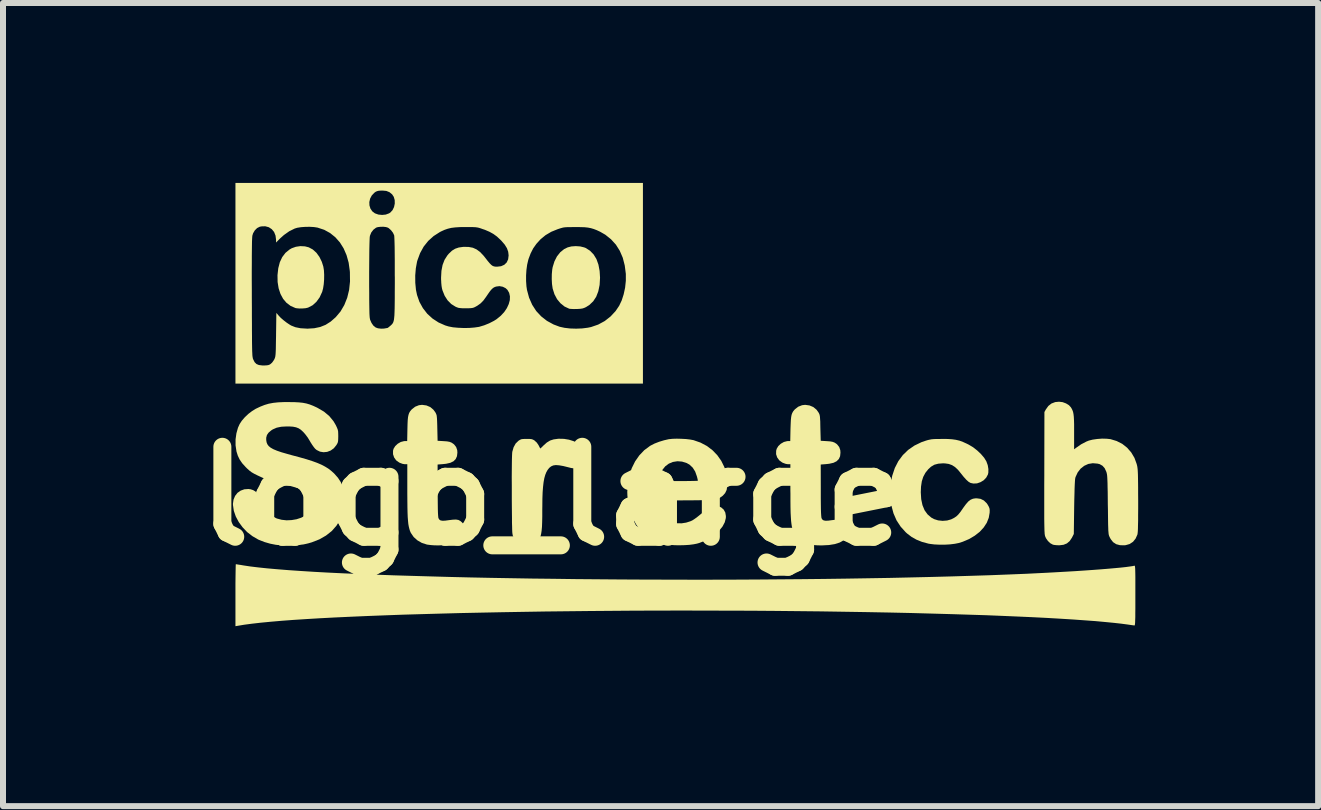
<source format=kicad_pcb>
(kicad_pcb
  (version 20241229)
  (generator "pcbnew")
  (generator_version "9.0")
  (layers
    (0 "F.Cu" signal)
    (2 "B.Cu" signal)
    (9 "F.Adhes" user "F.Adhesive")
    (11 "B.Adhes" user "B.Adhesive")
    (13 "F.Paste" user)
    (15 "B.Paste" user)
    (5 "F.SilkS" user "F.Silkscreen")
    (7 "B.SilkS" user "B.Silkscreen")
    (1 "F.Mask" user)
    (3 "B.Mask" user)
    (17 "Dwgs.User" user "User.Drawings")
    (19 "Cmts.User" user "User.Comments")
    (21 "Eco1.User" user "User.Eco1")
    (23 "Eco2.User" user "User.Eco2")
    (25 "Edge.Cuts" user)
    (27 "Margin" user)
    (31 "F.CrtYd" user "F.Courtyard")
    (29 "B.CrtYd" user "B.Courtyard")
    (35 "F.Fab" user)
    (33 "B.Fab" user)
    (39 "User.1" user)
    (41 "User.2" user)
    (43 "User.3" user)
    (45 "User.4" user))
  (footprint "logo_large"
    (layer "F.Cu")
    (at 6.157 5.22)
    (property "Reference" "logo_large" (at 0 0 0) (layer "F.SilkS") (effects (font (size 1.5 1.5) (thickness 0.3))))
    (attr board_only exclude_from_pos_files exclude_from_bom)
    (fp_poly (pts (xy -4.123 -4.163) (xy -4.06 -4.147) (xy -3.993 -4.111) (xy -3.933 -4.057) (xy -3.882 -3.987) (xy -3.842 -3.905) (xy -3.817 -3.826) (xy -3.807 -3.764) (xy -3.803 -3.69) (xy -3.804 -3.61) (xy -3.81 -3.532) (xy -3.821 -3.462) (xy -3.836 -3.405) (xy -3.837 -3.403) (xy -3.879 -3.312) (xy -3.933 -3.238) (xy -3.996 -3.181) (xy -4.069 -3.143) (xy -4.075 -3.141) (xy -4.113 -3.132) (xy -4.162 -3.128) (xy -4.214 -3.127) (xy -4.26 -3.131) (xy -4.282 -3.135) (xy -4.362 -3.17) (xy -4.431 -3.222) (xy -4.487 -3.288) (xy -4.531 -3.369) (xy -4.562 -3.463) (xy -4.579 -3.568) (xy -4.581 -3.683) (xy -4.581 -3.683) (xy -4.568 -3.799) (xy -4.542 -3.899) (xy -4.502 -3.984) (xy -4.449 -4.054) (xy -4.381 -4.11) (xy -4.343 -4.132) (xy -4.275 -4.156) (xy -4.2 -4.167)) (stroke (width 0) (type solid)) (fill yes) (layer "F.SilkS"))
    (fp_poly (pts (xy 0.465 -4.162) (xy 0.531 -4.146) (xy 0.557 -4.136) (xy 0.629 -4.09) (xy 0.689 -4.028) (xy 0.736 -3.951) (xy 0.769 -3.859) (xy 0.789 -3.753) (xy 0.796 -3.641) (xy 0.789 -3.52) (xy 0.767 -3.414) (xy 0.732 -3.323) (xy 0.682 -3.247) (xy 0.618 -3.186) (xy 0.561 -3.15) (xy 0.53 -3.136) (xy 0.501 -3.127) (xy 0.465 -3.122) (xy 0.418 -3.119) (xy 0.406 -3.119) (xy 0.36 -3.118) (xy 0.319 -3.12) (xy 0.289 -3.122) (xy 0.281 -3.124) (xy 0.204 -3.16) (xy 0.137 -3.214) (xy 0.08 -3.282) (xy 0.036 -3.365) (xy 0.006 -3.46) (xy 0.005 -3.468) (xy -0.005 -3.536) (xy -0.009 -3.617) (xy -0.008 -3.699) (xy -0.001 -3.776) (xy 0.006 -3.816) (xy 0.036 -3.913) (xy 0.078 -3.996) (xy 0.133 -4.065) (xy 0.197 -4.117) (xy 0.256 -4.146) (xy 0.319 -4.162) (xy 0.391 -4.167)) (stroke (width 0) (type solid)) (fill yes) (layer "F.SilkS"))
    (fp_poly (pts (xy 0.195 -0.954) (xy 0.279 -0.94) (xy 0.357 -0.915) (xy 0.426 -0.881) (xy 0.482 -0.839) (xy 0.524 -0.791) (xy 0.538 -0.764) (xy 0.549 -0.721) (xy 0.552 -0.669) (xy 0.546 -0.619) (xy 0.538 -0.591) (xy 0.514 -0.553) (xy 0.478 -0.517) (xy 0.435 -0.486) (xy 0.396 -0.469) (xy 0.37 -0.464) (xy 0.344 -0.464) (xy 0.311 -0.469) (xy 0.268 -0.48) (xy 0.183 -0.501) (xy 0.114 -0.513) (xy 0.059 -0.517) (xy 0.016 -0.511) (xy -0.02 -0.495) (xy -0.051 -0.47) (xy -0.078 -0.436) (xy -0.1 -0.397) (xy -0.118 -0.352) (xy -0.133 -0.298) (xy -0.145 -0.233) (xy -0.154 -0.156) (xy -0.161 -0.064) (xy -0.165 0.045) (xy -0.166 0.171) (xy -0.167 0.229) (xy -0.167 0.342) (xy -0.169 0.436) (xy -0.172 0.514) (xy -0.178 0.578) (xy -0.186 0.629) (xy -0.196 0.67) (xy -0.21 0.703) (xy -0.228 0.73) (xy -0.249 0.754) (xy -0.266 0.768) (xy -0.321 0.801) (xy -0.384 0.82) (xy -0.451 0.822) (xy -0.513 0.809) (xy -0.526 0.803) (xy -0.579 0.769) (xy -0.624 0.72) (xy -0.653 0.672) (xy -0.657 0.662) (xy -0.66 0.65) (xy -0.663 0.635) (xy -0.666 0.614) (xy -0.668 0.586) (xy -0.669 0.549) (xy -0.67 0.502) (xy -0.672 0.443) (xy -0.672 0.371) (xy -0.673 0.284) (xy -0.674 0.18) (xy -0.675 0.057) (xy -0.675 -0.024) (xy -0.675 -0.176) (xy -0.676 -0.312) (xy -0.675 -0.43) (xy -0.674 -0.53) (xy -0.673 -0.611) (xy -0.671 -0.674) (xy -0.669 -0.717) (xy -0.667 -0.738) (xy -0.645 -0.814) (xy -0.611 -0.876) (xy -0.565 -0.921) (xy -0.564 -0.922) (xy -0.54 -0.937) (xy -0.519 -0.947) (xy -0.494 -0.951) (xy -0.459 -0.953) (xy -0.428 -0.953) (xy -0.382 -0.953) (xy -0.35 -0.95) (xy -0.326 -0.943) (xy -0.304 -0.932) (xy -0.296 -0.926) (xy -0.258 -0.891) (xy -0.229 -0.848) (xy -0.214 -0.819) (xy -0.204 -0.799) (xy -0.201 -0.793) (xy -0.194 -0.798) (xy -0.175 -0.815) (xy -0.15 -0.84) (xy -0.144 -0.846) (xy -0.091 -0.893) (xy -0.037 -0.926) (xy 0.022 -0.945) (xy 0.095 -0.955) (xy 0.109 -0.956)) (stroke (width 0) (type solid)) (fill yes) (layer "F.SilkS"))
    (fp_poly (pts (xy -2.098 -1.511) (xy -2.034 -1.484) (xy -1.981 -1.439) (xy -1.95 -1.397) (xy -1.941 -1.38) (xy -1.934 -1.364) (xy -1.928 -1.346) (xy -1.925 -1.322) (xy -1.922 -1.289) (xy -1.92 -1.244) (xy -1.918 -1.184) (xy -1.917 -1.136) (xy -1.912 -0.922) (xy -1.813 -0.916) (xy -1.755 -0.912) (xy -1.712 -0.904) (xy -1.679 -0.891) (xy -1.651 -0.872) (xy -1.637 -0.861) (xy -1.603 -0.818) (xy -1.585 -0.766) (xy -1.582 -0.724) (xy -1.589 -0.665) (xy -1.61 -0.618) (xy -1.646 -0.581) (xy -1.699 -0.555) (xy -1.769 -0.539) (xy -1.823 -0.533) (xy -1.912 -0.526) (xy -1.911 -0.094) (xy -1.91 0.03) (xy -1.909 0.134) (xy -1.908 0.217) (xy -1.906 0.282) (xy -1.903 0.329) (xy -1.9 0.358) (xy -1.898 0.367) (xy -1.884 0.391) (xy -1.864 0.405) (xy -1.833 0.411) (xy -1.789 0.41) (xy -1.729 0.402) (xy -1.723 0.401) (xy -1.656 0.393) (xy -1.605 0.391) (xy -1.565 0.398) (xy -1.533 0.415) (xy -1.504 0.44) (xy -1.473 0.477) (xy -1.456 0.51) (xy -1.449 0.548) (xy -1.448 0.573) (xy -1.457 0.637) (xy -1.485 0.692) (xy -1.531 0.738) (xy -1.595 0.774) (xy -1.676 0.8) (xy -1.774 0.816) (xy -1.889 0.822) (xy -1.91 0.822) (xy -1.965 0.821) (xy -2.021 0.817) (xy -2.068 0.811) (xy -2.09 0.808) (xy -2.176 0.78) (xy -2.25 0.737) (xy -2.311 0.682) (xy -2.356 0.616) (xy -2.36 0.609) (xy -2.373 0.579) (xy -2.383 0.546) (xy -2.392 0.509) (xy -2.4 0.465) (xy -2.405 0.413) (xy -2.41 0.351) (xy -2.413 0.276) (xy -2.415 0.187) (xy -2.416 0.082) (xy -2.417 -0.041) (xy -2.417 -0.091) (xy -2.417 -0.531) (xy -2.458 -0.531) (xy -2.495 -0.537) (xy -2.538 -0.553) (xy -2.553 -0.56) (xy -2.603 -0.596) (xy -2.637 -0.644) (xy -2.655 -0.698) (xy -2.655 -0.756) (xy -2.646 -0.789) (xy -2.618 -0.834) (xy -2.576 -0.873) (xy -2.526 -0.902) (xy -2.472 -0.916) (xy -2.457 -0.917) (xy -2.419 -0.917) (xy -2.415 -1.123) (xy -2.413 -1.204) (xy -2.41 -1.267) (xy -2.405 -1.316) (xy -2.397 -1.354) (xy -2.387 -1.384) (xy -2.372 -1.41) (xy -2.353 -1.434) (xy -2.341 -1.447) (xy -2.286 -1.49) (xy -2.223 -1.515) (xy -2.17 -1.521)) (stroke (width 0) (type solid)) (fill yes) (layer "F.SilkS"))
    (fp_poly (pts (xy 4.288 -1.511) (xy 4.352 -1.484) (xy 4.406 -1.439) (xy 4.436 -1.397) (xy 4.446 -1.38) (xy 4.453 -1.364) (xy 4.458 -1.346) (xy 4.462 -1.322) (xy 4.464 -1.289) (xy 4.467 -1.244) (xy 4.468 -1.184) (xy 4.469 -1.136) (xy 4.475 -0.922) (xy 4.574 -0.916) (xy 4.631 -0.912) (xy 4.674 -0.904) (xy 4.707 -0.891) (xy 4.736 -0.872) (xy 4.749 -0.861) (xy 4.783 -0.818) (xy 4.801 -0.766) (xy 4.804 -0.724) (xy 4.798 -0.665) (xy 4.777 -0.618) (xy 4.74 -0.581) (xy 4.688 -0.555) (xy 4.617 -0.539) (xy 4.564 -0.533) (xy 4.475 -0.526) (xy 4.476 -0.094) (xy 4.476 0.029) (xy 4.477 0.132) (xy 4.478 0.215) (xy 4.48 0.279) (xy 4.483 0.326) (xy 4.486 0.356) (xy 4.488 0.367) (xy 4.502 0.391) (xy 4.523 0.405) (xy 4.553 0.411) (xy 4.597 0.41) (xy 4.657 0.402) (xy 4.664 0.401) (xy 4.731 0.393) (xy 4.782 0.391) (xy 4.821 0.398) (xy 4.854 0.415) (xy 4.883 0.44) (xy 4.914 0.477) (xy 4.931 0.51) (xy 4.938 0.548) (xy 4.938 0.573) (xy 4.929 0.637) (xy 4.901 0.692) (xy 4.855 0.738) (xy 4.792 0.774) (xy 4.711 0.8) (xy 4.613 0.816) (xy 4.498 0.822) (xy 4.476 0.822) (xy 4.421 0.821) (xy 4.366 0.817) (xy 4.319 0.811) (xy 4.296 0.808) (xy 4.211 0.78) (xy 4.136 0.737) (xy 4.075 0.682) (xy 4.03 0.616) (xy 4.027 0.609) (xy 4.014 0.579) (xy 4.003 0.546) (xy 3.994 0.509) (xy 3.987 0.465) (xy 3.981 0.413) (xy 3.977 0.351) (xy 3.973 0.276) (xy 3.971 0.187) (xy 3.97 0.082) (xy 3.97 -0.041) (xy 3.969 -0.091) (xy 3.969 -0.531) (xy 3.929 -0.531) (xy 3.892 -0.537) (xy 3.848 -0.553) (xy 3.833 -0.56) (xy 3.784 -0.596) (xy 3.749 -0.644) (xy 3.731 -0.698) (xy 3.732 -0.756) (xy 3.741 -0.789) (xy 3.768 -0.834) (xy 3.81 -0.873) (xy 3.861 -0.902) (xy 3.915 -0.916) (xy 3.929 -0.917) (xy 3.967 -0.917) (xy 3.971 -1.123) (xy 3.974 -1.204) (xy 3.977 -1.267) (xy 3.982 -1.316) (xy 3.989 -1.354) (xy 4 -1.384) (xy 4.014 -1.41) (xy 4.033 -1.434) (xy 4.045 -1.447) (xy 4.1 -1.49) (xy 4.164 -1.515) (xy 4.216 -1.521)) (stroke (width 0) (type solid)) (fill yes) (layer "F.SilkS"))
    (fp_poly (pts (xy 6.591 -0.952) (xy 6.665 -0.947) (xy 6.729 -0.938) (xy 6.788 -0.924) (xy 6.847 -0.902) (xy 6.911 -0.873) (xy 6.943 -0.857) (xy 7.015 -0.814) (xy 7.084 -0.76) (xy 7.147 -0.7) (xy 7.2 -0.638) (xy 7.236 -0.579) (xy 7.259 -0.516) (xy 7.27 -0.451) (xy 7.269 -0.39) (xy 7.262 -0.36) (xy 7.234 -0.308) (xy 7.192 -0.264) (xy 7.139 -0.232) (xy 7.081 -0.212) (xy 7.021 -0.209) (xy 6.973 -0.219) (xy 6.94 -0.238) (xy 6.901 -0.273) (xy 6.856 -0.323) (xy 6.817 -0.372) (xy 6.764 -0.437) (xy 6.714 -0.484) (xy 6.664 -0.516) (xy 6.609 -0.536) (xy 6.546 -0.545) (xy 6.511 -0.546) (xy 6.434 -0.54) (xy 6.37 -0.523) (xy 6.314 -0.49) (xy 6.268 -0.448) (xy 6.22 -0.388) (xy 6.184 -0.321) (xy 6.16 -0.246) (xy 6.147 -0.158) (xy 6.143 -0.063) (xy 6.15 0.052) (xy 6.171 0.151) (xy 6.206 0.236) (xy 6.256 0.305) (xy 6.319 0.359) (xy 6.365 0.384) (xy 6.432 0.405) (xy 6.507 0.413) (xy 6.582 0.407) (xy 6.65 0.388) (xy 6.657 0.384) (xy 6.699 0.363) (xy 6.735 0.339) (xy 6.767 0.309) (xy 6.8 0.269) (xy 6.838 0.215) (xy 6.85 0.197) (xy 6.895 0.136) (xy 6.934 0.091) (xy 6.973 0.061) (xy 7.013 0.044) (xy 7.058 0.037) (xy 7.074 0.037) (xy 7.139 0.046) (xy 7.194 0.073) (xy 7.241 0.118) (xy 7.26 0.146) (xy 7.278 0.179) (xy 7.288 0.205) (xy 7.292 0.233) (xy 7.291 0.273) (xy 7.291 0.276) (xy 7.276 0.362) (xy 7.243 0.445) (xy 7.192 0.523) (xy 7.125 0.596) (xy 7.043 0.66) (xy 6.949 0.716) (xy 6.843 0.761) (xy 6.777 0.782) (xy 6.711 0.795) (xy 6.631 0.805) (xy 6.543 0.81) (xy 6.453 0.81) (xy 6.369 0.806) (xy 6.296 0.797) (xy 6.272 0.793) (xy 6.164 0.764) (xy 6.072 0.727) (xy 5.99 0.681) (xy 5.914 0.623) (xy 5.891 0.602) (xy 5.807 0.509) (xy 5.739 0.405) (xy 5.688 0.288) (xy 5.653 0.158) (xy 5.652 0.151) (xy 5.642 0.079) (xy 5.638 -0.006) (xy 5.638 -0.097) (xy 5.643 -0.187) (xy 5.653 -0.27) (xy 5.667 -0.339) (xy 5.71 -0.468) (xy 5.769 -0.583) (xy 5.844 -0.684) (xy 5.933 -0.77) (xy 6.037 -0.842) (xy 6.155 -0.899) (xy 6.225 -0.923) (xy 6.261 -0.934) (xy 6.293 -0.941) (xy 6.324 -0.947) (xy 6.361 -0.95) (xy 6.406 -0.952) (xy 6.466 -0.952) (xy 6.501 -0.953)) (stroke (width 0) (type solid)) (fill yes) (layer "F.SilkS"))
    (fp_poly (pts (xy 8.507 -1.566) (xy 8.564 -1.545) (xy 8.613 -1.515) (xy 8.645 -1.48) (xy 8.66 -1.455) (xy 8.672 -1.43) (xy 8.682 -1.401) (xy 8.689 -1.366) (xy 8.694 -1.322) (xy 8.697 -1.267) (xy 8.699 -1.198) (xy 8.699 -1.113) (xy 8.699 -1.06) (xy 8.699 -0.78) (xy 8.728 -0.802) (xy 8.816 -0.863) (xy 8.902 -0.908) (xy 8.944 -0.925) (xy 9.008 -0.941) (xy 9.085 -0.952) (xy 9.166 -0.958) (xy 9.244 -0.956) (xy 9.306 -0.949) (xy 9.408 -0.918) (xy 9.501 -0.871) (xy 9.582 -0.807) (xy 9.651 -0.728) (xy 9.705 -0.637) (xy 9.742 -0.535) (xy 9.749 -0.508) (xy 9.753 -0.488) (xy 9.756 -0.465) (xy 9.759 -0.436) (xy 9.761 -0.4) (xy 9.763 -0.355) (xy 9.764 -0.299) (xy 9.765 -0.231) (xy 9.766 -0.147) (xy 9.766 -0.047) (xy 9.767 0.073) (xy 9.767 0.083) (xy 9.767 0.211) (xy 9.766 0.32) (xy 9.766 0.41) (xy 9.764 0.484) (xy 9.763 0.542) (xy 9.761 0.586) (xy 9.758 0.618) (xy 9.755 0.637) (xy 9.754 0.642) (xy 9.724 0.709) (xy 9.681 0.762) (xy 9.625 0.799) (xy 9.559 0.818) (xy 9.542 0.82) (xy 9.465 0.819) (xy 9.401 0.802) (xy 9.349 0.768) (xy 9.309 0.717) (xy 9.292 0.685) (xy 9.286 0.672) (xy 9.281 0.659) (xy 9.277 0.645) (xy 9.274 0.627) (xy 9.272 0.603) (xy 9.269 0.571) (xy 9.268 0.531) (xy 9.266 0.478) (xy 9.265 0.413) (xy 9.264 0.332) (xy 9.263 0.233) (xy 9.261 0.141) (xy 9.26 0.026) (xy 9.259 -0.071) (xy 9.257 -0.15) (xy 9.256 -0.214) (xy 9.254 -0.266) (xy 9.252 -0.306) (xy 9.25 -0.337) (xy 9.247 -0.361) (xy 9.243 -0.38) (xy 9.239 -0.396) (xy 9.236 -0.405) (xy 9.209 -0.464) (xy 9.173 -0.505) (xy 9.126 -0.532) (xy 9.091 -0.541) (xy 9.011 -0.548) (xy 8.936 -0.536) (xy 8.868 -0.505) (xy 8.808 -0.458) (xy 8.759 -0.395) (xy 8.723 -0.318) (xy 8.72 -0.307) (xy 8.716 -0.287) (xy 8.713 -0.251) (xy 8.71 -0.199) (xy 8.707 -0.129) (xy 8.705 -0.041) (xy 8.702 0.066) (xy 8.7 0.183) (xy 8.694 0.632) (xy 8.663 0.693) (xy 8.625 0.75) (xy 8.579 0.789) (xy 8.522 0.812) (xy 8.456 0.82) (xy 8.412 0.819) (xy 8.372 0.815) (xy 8.346 0.81) (xy 8.302 0.786) (xy 8.262 0.748) (xy 8.23 0.702) (xy 8.216 0.67) (xy 8.213 0.66) (xy 8.211 0.647) (xy 8.208 0.63) (xy 8.207 0.608) (xy 8.205 0.58) (xy 8.204 0.544) (xy 8.203 0.498) (xy 8.202 0.443) (xy 8.201 0.376) (xy 8.201 0.296) (xy 8.201 0.201) (xy 8.201 0.092) (xy 8.201 -0.034) (xy 8.201 -0.179) (xy 8.202 -0.342) (xy 8.202 -0.391) (xy 8.204 -1.401) (xy 8.227 -1.443) (xy 8.269 -1.502) (xy 8.321 -1.543) (xy 8.384 -1.567) (xy 8.447 -1.573)) (stroke (width 0) (type solid)) (fill yes) (layer "F.SilkS"))
    (fp_poly (pts (xy 2.152 -0.955) (xy 2.228 -0.951) (xy 2.296 -0.943) (xy 2.351 -0.933) (xy 2.355 -0.932) (xy 2.47 -0.892) (xy 2.576 -0.836) (xy 2.67 -0.765) (xy 2.751 -0.681) (xy 2.817 -0.587) (xy 2.868 -0.484) (xy 2.902 -0.373) (xy 2.917 -0.257) (xy 2.917 -0.229) (xy 2.916 -0.182) (xy 2.912 -0.138) (xy 2.907 -0.105) (xy 2.906 -0.101) (xy 2.882 -0.051) (xy 2.842 -0.006) (xy 2.79 0.031) (xy 2.763 0.044) (xy 2.748 0.049) (xy 2.734 0.054) (xy 2.718 0.058) (xy 2.698 0.061) (xy 2.672 0.063) (xy 2.638 0.065) (xy 2.594 0.067) (xy 2.539 0.068) (xy 2.469 0.069) (xy 2.383 0.07) (xy 2.279 0.071) (xy 2.236 0.071) (xy 1.768 0.074) (xy 1.775 0.127) (xy 1.787 0.181) (xy 1.811 0.242) (xy 1.841 0.3) (xy 1.874 0.346) (xy 1.915 0.382) (xy 1.969 0.414) (xy 2.028 0.439) (xy 2.084 0.453) (xy 2.087 0.453) (xy 2.157 0.454) (xy 2.233 0.442) (xy 2.305 0.419) (xy 2.335 0.405) (xy 2.365 0.386) (xy 2.406 0.357) (xy 2.451 0.321) (xy 2.498 0.282) (xy 2.505 0.276) (xy 2.56 0.228) (xy 2.605 0.194) (xy 2.643 0.173) (xy 2.677 0.161) (xy 2.711 0.159) (xy 2.749 0.164) (xy 2.757 0.166) (xy 2.814 0.188) (xy 2.857 0.225) (xy 2.884 0.274) (xy 2.894 0.333) (xy 2.893 0.366) (xy 2.875 0.437) (xy 2.838 0.507) (xy 2.784 0.574) (xy 2.717 0.637) (xy 2.638 0.694) (xy 2.548 0.743) (xy 2.452 0.781) (xy 2.41 0.793) (xy 2.354 0.804) (xy 2.284 0.813) (xy 2.205 0.818) (xy 2.123 0.82) (xy 2.044 0.819) (xy 1.975 0.814) (xy 1.931 0.808) (xy 1.814 0.78) (xy 1.71 0.739) (xy 1.613 0.685) (xy 1.566 0.653) (xy 1.479 0.576) (xy 1.404 0.483) (xy 1.344 0.377) (xy 1.298 0.258) (xy 1.267 0.129) (xy 1.252 -0.009) (xy 1.25 -0.071) (xy 1.259 -0.211) (xy 1.266 -0.25) (xy 1.769 -0.25) (xy 2.098 -0.25) (xy 2.179 -0.25) (xy 2.252 -0.251) (xy 2.316 -0.252) (xy 2.367 -0.253) (xy 2.405 -0.254) (xy 2.425 -0.256) (xy 2.427 -0.256) (xy 2.425 -0.269) (xy 2.419 -0.296) (xy 2.411 -0.327) (xy 2.382 -0.409) (xy 2.341 -0.474) (xy 2.288 -0.524) (xy 2.24 -0.551) (xy 2.163 -0.575) (xy 2.086 -0.581) (xy 2.011 -0.569) (xy 1.943 -0.541) (xy 1.884 -0.497) (xy 1.837 -0.439) (xy 1.836 -0.438) (xy 1.817 -0.404) (xy 1.803 -0.373) (xy 1.791 -0.337) (xy 1.778 -0.289) (xy 1.776 -0.279) (xy 1.769 -0.25) (xy 1.266 -0.25) (xy 1.284 -0.343) (xy 1.325 -0.466) (xy 1.381 -0.579) (xy 1.451 -0.679) (xy 1.534 -0.766) (xy 1.63 -0.837) (xy 1.639 -0.842) (xy 1.703 -0.875) (xy 1.78 -0.905) (xy 1.862 -0.93) (xy 1.94 -0.948) (xy 1.948 -0.949) (xy 2.006 -0.955) (xy 2.076 -0.957)) (stroke (width 0) (type solid)) (fill yes) (layer "F.SilkS"))
    (fp_poly (pts (xy -5.263 1.137) (xy -5.235 1.142) (xy -5.194 1.148) (xy -5.148 1.156) (xy -5.035 1.173) (xy -4.903 1.189) (xy -4.751 1.205) (xy -4.58 1.22) (xy -4.392 1.235) (xy -4.187 1.249) (xy -3.966 1.263) (xy -3.729 1.276) (xy -3.478 1.288) (xy -3.213 1.299) (xy -2.935 1.31) (xy -2.645 1.321) (xy -2.343 1.33) (xy -2.03 1.339) (xy -1.708 1.348) (xy -1.376 1.356) (xy -1.036 1.363) (xy -0.689 1.369) (xy -0.335 1.375) (xy 0.026 1.379) (xy 0.392 1.384) (xy 0.762 1.387) (xy 1.136 1.39) (xy 1.512 1.392) (xy 1.891 1.393) (xy 2.271 1.394) (xy 2.652 1.394) (xy 3.033 1.393) (xy 3.413 1.391) (xy 3.791 1.388) (xy 4.166 1.385) (xy 4.538 1.381) (xy 4.906 1.376) (xy 5.269 1.37) (xy 5.627 1.364) (xy 5.978 1.356) (xy 6.322 1.348) (xy 6.658 1.339) (xy 6.985 1.329) (xy 7.302 1.319) (xy 7.61 1.307) (xy 7.906 1.295) (xy 8.085 1.286) (xy 8.247 1.278) (xy 8.409 1.269) (xy 8.567 1.26) (xy 8.722 1.251) (xy 8.871 1.241) (xy 9.013 1.231) (xy 9.146 1.221) (xy 9.269 1.211) (xy 9.38 1.201) (xy 9.478 1.192) (xy 9.56 1.183) (xy 9.627 1.174) (xy 9.675 1.167) (xy 9.702 1.161) (xy 9.706 1.16) (xy 9.71 1.163) (xy 9.713 1.171) (xy 9.715 1.186) (xy 9.717 1.209) (xy 9.718 1.242) (xy 9.719 1.287) (xy 9.72 1.345) (xy 9.72 1.419) (xy 9.72 1.509) (xy 9.72 1.619) (xy 9.72 1.656) (xy 9.72 1.774) (xy 9.72 1.873) (xy 9.719 1.954) (xy 9.719 2.019) (xy 9.717 2.069) (xy 9.716 2.106) (xy 9.714 2.132) (xy 9.711 2.148) (xy 9.709 2.155) (xy 9.706 2.157) (xy 9.691 2.155) (xy 9.659 2.151) (xy 9.618 2.145) (xy 9.591 2.141) (xy 9.485 2.127) (xy 9.359 2.113) (xy 9.215 2.099) (xy 9.052 2.084) (xy 8.873 2.071) (xy 8.678 2.057) (xy 8.468 2.044) (xy 8.244 2.031) (xy 8.008 2.019) (xy 7.76 2.008) (xy 7.501 1.997) (xy 7.233 1.986) (xy 7.038 1.98) (xy 6.69 1.969) (xy 6.335 1.959) (xy 5.973 1.949) (xy 5.606 1.941) (xy 5.233 1.934) (xy 4.855 1.928) (xy 4.474 1.922) (xy 4.09 1.918) (xy 3.704 1.914) (xy 3.316 1.911) (xy 2.927 1.91) (xy 2.538 1.909) (xy 2.15 1.908) (xy 1.764 1.909) (xy 1.379 1.91) (xy 0.998 1.913) (xy 0.62 1.916) (xy 0.247 1.92) (xy -0.121 1.924) (xy -0.483 1.93) (xy -0.839 1.936) (xy -1.187 1.943) (xy -1.526 1.95) (xy -1.857 1.959) (xy -2.179 1.968) (xy -2.49 1.977) (xy -2.789 1.988) (xy -3.077 1.999) (xy -3.353 2.011) (xy -3.614 2.023) (xy -3.862 2.036) (xy -4.095 2.05) (xy -4.312 2.064) (xy -4.513 2.079) (xy -4.697 2.095) (xy -4.863 2.111) (xy -5.011 2.128) (xy -5.139 2.145) (xy -5.247 2.163) (xy -5.248 2.163) (xy -5.282 2.169) (xy -5.282 1.652) (xy -5.282 1.551) (xy -5.282 1.456) (xy -5.281 1.37) (xy -5.28 1.294) (xy -5.279 1.231) (xy -5.278 1.182) (xy -5.277 1.15) (xy -5.276 1.136) (xy -5.275 1.136)) (stroke (width 0) (type solid)) (fill yes) (layer "F.SilkS"))
    (fp_poly (pts (xy -4.299 -1.566) (xy -4.223 -1.562) (xy -4.158 -1.555) (xy -4.101 -1.544) (xy -4.046 -1.528) (xy -3.989 -1.506) (xy -3.926 -1.477) (xy -3.909 -1.468) (xy -3.805 -1.407) (xy -3.718 -1.334) (xy -3.648 -1.249) (xy -3.608 -1.181) (xy -3.59 -1.142) (xy -3.578 -1.112) (xy -3.571 -1.083) (xy -3.569 -1.048) (xy -3.568 -1) (xy -3.569 -0.952) (xy -3.571 -0.919) (xy -3.576 -0.894) (xy -3.586 -0.872) (xy -3.6 -0.849) (xy -3.642 -0.797) (xy -3.695 -0.759) (xy -3.753 -0.737) (xy -3.814 -0.731) (xy -3.873 -0.741) (xy -3.928 -0.768) (xy -3.954 -0.79) (xy -3.976 -0.817) (xy -4.003 -0.855) (xy -4.031 -0.899) (xy -4.041 -0.917) (xy -4.077 -0.976) (xy -4.12 -1.033) (xy -4.152 -1.069) (xy -4.191 -1.105) (xy -4.229 -1.13) (xy -4.272 -1.147) (xy -4.323 -1.157) (xy -4.388 -1.161) (xy -4.428 -1.161) (xy -4.519 -1.156) (xy -4.595 -1.14) (xy -4.659 -1.112) (xy -4.687 -1.094) (xy -4.731 -1.056) (xy -4.757 -1.018) (xy -4.769 -0.973) (xy -4.769 -0.935) (xy -4.763 -0.897) (xy -4.75 -0.864) (xy -4.728 -0.834) (xy -4.695 -0.807) (xy -4.649 -0.781) (xy -4.589 -0.756) (xy -4.513 -0.73) (xy -4.419 -0.703) (xy -4.344 -0.682) (xy -4.213 -0.647) (xy -4.1 -0.615) (xy -4.003 -0.584) (xy -3.92 -0.554) (xy -3.85 -0.524) (xy -3.789 -0.492) (xy -3.735 -0.459) (xy -3.688 -0.423) (xy -3.643 -0.383) (xy -3.635 -0.375) (xy -3.573 -0.305) (xy -3.526 -0.233) (xy -3.493 -0.155) (xy -3.473 -0.068) (xy -3.465 0.032) (xy -3.465 0.073) (xy -3.469 0.163) (xy -3.48 0.24) (xy -3.5 0.311) (xy -3.531 0.383) (xy -3.537 0.396) (xy -3.599 0.495) (xy -3.677 0.583) (xy -3.772 0.658) (xy -3.882 0.721) (xy -4.007 0.77) (xy -4.068 0.788) (xy -4.111 0.798) (xy -4.149 0.806) (xy -4.19 0.811) (xy -4.237 0.814) (xy -4.295 0.817) (xy -4.36 0.818) (xy -4.426 0.819) (xy -4.489 0.818) (xy -4.544 0.817) (xy -4.588 0.814) (xy -4.609 0.812) (xy -4.705 0.793) (xy -4.801 0.765) (xy -4.887 0.731) (xy -4.903 0.724) (xy -4.999 0.668) (xy -5.087 0.6) (xy -5.163 0.52) (xy -5.227 0.433) (xy -5.276 0.341) (xy -5.309 0.246) (xy -5.323 0.151) (xy -5.324 0.129) (xy -5.314 0.059) (xy -5.288 -0.003) (xy -5.248 -0.054) (xy -5.195 -0.091) (xy -5.134 -0.113) (xy -5.066 -0.118) (xy -5.028 -0.113) (xy -4.986 -0.099) (xy -4.949 -0.077) (xy -4.914 -0.043) (xy -4.88 0.005) (xy -4.843 0.07) (xy -4.818 0.121) (xy -4.777 0.2) (xy -4.738 0.261) (xy -4.698 0.308) (xy -4.654 0.342) (xy -4.604 0.368) (xy -4.591 0.374) (xy -4.512 0.395) (xy -4.429 0.404) (xy -4.345 0.4) (xy -4.263 0.386) (xy -4.187 0.361) (xy -4.12 0.327) (xy -4.065 0.284) (xy -4.027 0.234) (xy -4.022 0.226) (xy -4.007 0.177) (xy -4.001 0.119) (xy -4.005 0.064) (xy -4.015 0.028) (xy -4.038 -0.008) (xy -4.075 -0.046) (xy -4.121 -0.081) (xy -4.17 -0.108) (xy -4.187 -0.115) (xy -4.215 -0.125) (xy -4.259 -0.138) (xy -4.315 -0.154) (xy -4.379 -0.172) (xy -4.447 -0.19) (xy -4.459 -0.193) (xy -4.551 -0.217) (xy -4.625 -0.237) (xy -4.687 -0.255) (xy -4.74 -0.272) (xy -4.786 -0.288) (xy -4.831 -0.306) (xy -4.876 -0.327) (xy -4.917 -0.346) (xy -4.971 -0.373) (xy -5.012 -0.397) (xy -5.048 -0.424) (xy -5.086 -0.458) (xy -5.111 -0.483) (xy -5.169 -0.547) (xy -5.211 -0.608) (xy -5.242 -0.672) (xy -5.265 -0.745) (xy -5.266 -0.752) (xy -5.28 -0.846) (xy -5.28 -0.946) (xy -5.266 -1.046) (xy -5.24 -1.139) (xy -5.212 -1.201) (xy -5.176 -1.256) (xy -5.126 -1.314) (xy -5.067 -1.37) (xy -5.004 -1.418) (xy -4.944 -1.455) (xy -4.868 -1.491) (xy -4.797 -1.519) (xy -4.727 -1.54) (xy -4.652 -1.554) (xy -4.569 -1.563) (xy -4.474 -1.567) (xy -4.391 -1.567)) (stroke (width 0) (type solid)) (fill yes) (layer "F.SilkS"))
    (fp_poly (pts (xy 1.511 -3.547) (xy 1.511 -1.875) (xy -1.886 -1.875) (xy -5.282 -1.875) (xy -5.282 -3.547) (xy -5.282 -3.758) (xy -5.01 -3.758) (xy -5.01 -3.606) (xy -5.009 -3.435) (xy -5.009 -3.307) (xy -5.008 -3.142) (xy -5.008 -2.997) (xy -5.007 -2.87) (xy -5.007 -2.76) (xy -5.006 -2.665) (xy -5.006 -2.585) (xy -5.005 -2.517) (xy -5.004 -2.462) (xy -5.003 -2.416) (xy -5.001 -2.38) (xy -5 -2.352) (xy -4.998 -2.33) (xy -4.995 -2.313) (xy -4.993 -2.3) (xy -4.99 -2.289) (xy -4.986 -2.28) (xy -4.985 -2.277) (xy -4.962 -2.232) (xy -4.932 -2.202) (xy -4.892 -2.185) (xy -4.837 -2.178) (xy -4.813 -2.177) (xy -4.768 -2.179) (xy -4.736 -2.183) (xy -4.712 -2.192) (xy -4.698 -2.201) (xy -4.671 -2.225) (xy -4.646 -2.26) (xy -4.636 -2.276) (xy -4.629 -2.291) (xy -4.624 -2.304) (xy -4.619 -2.32) (xy -4.616 -2.339) (xy -4.613 -2.365) (xy -4.611 -2.4) (xy -4.609 -2.446) (xy -4.608 -2.505) (xy -4.607 -2.58) (xy -4.605 -2.673) (xy -4.605 -2.691) (xy -4.6 -3.054) (xy -4.561 -3.008) (xy -4.525 -2.97) (xy -4.477 -2.929) (xy -4.425 -2.889) (xy -4.375 -2.856) (xy -4.353 -2.843) (xy -4.282 -2.815) (xy -4.197 -2.798) (xy -4.098 -2.792) (xy -4.082 -2.791) (xy -3.969 -2.798) (xy -3.869 -2.819) (xy -3.779 -2.855) (xy -3.694 -2.909) (xy -3.612 -2.981) (xy -3.609 -2.984) (xy -3.53 -3.078) (xy -3.467 -3.186) (xy -3.419 -3.306) (xy -3.387 -3.437) (xy -3.372 -3.579) (xy -3.373 -3.637) (xy -3.053 -3.637) (xy -3.053 -3.502) (xy -3.052 -3.386) (xy -3.052 -3.288) (xy -3.051 -3.205) (xy -3.05 -3.137) (xy -3.049 -3.082) (xy -3.048 -3.038) (xy -3.046 -3.004) (xy -3.044 -2.978) (xy -3.041 -2.959) (xy -3.038 -2.944) (xy -3.037 -2.94) (xy -3.014 -2.887) (xy -2.983 -2.842) (xy -2.946 -2.812) (xy -2.945 -2.811) (xy -2.906 -2.797) (xy -2.856 -2.791) (xy -2.807 -2.792) (xy -2.797 -2.794) (xy -2.769 -2.799) (xy -2.75 -2.802) (xy -2.748 -2.802) (xy -2.736 -2.809) (xy -2.715 -2.826) (xy -2.698 -2.84) (xy -2.684 -2.853) (xy -2.672 -2.865) (xy -2.662 -2.878) (xy -2.653 -2.894) (xy -2.646 -2.914) (xy -2.64 -2.939) (xy -2.636 -2.972) (xy -2.632 -3.014) (xy -2.63 -3.066) (xy -2.628 -3.129) (xy -2.627 -3.206) (xy -2.626 -3.298) (xy -2.626 -3.407) (xy -2.625 -3.534) (xy -2.625 -3.646) (xy -2.626 -3.678) (xy -2.285 -3.678) (xy -2.284 -3.556) (xy -2.273 -3.44) (xy -2.255 -3.353) (xy -2.215 -3.238) (xy -2.157 -3.133) (xy -2.084 -3.039) (xy -1.996 -2.959) (xy -1.896 -2.894) (xy -1.785 -2.845) (xy -1.729 -2.828) (xy -1.658 -2.814) (xy -1.572 -2.806) (xy -1.479 -2.802) (xy -1.385 -2.803) (xy -1.298 -2.81) (xy -1.222 -2.821) (xy -1.215 -2.823) (xy -1.135 -2.847) (xy -1.051 -2.881) (xy -0.973 -2.921) (xy -0.93 -2.948) (xy -0.86 -3.005) (xy -0.802 -3.067) (xy -0.757 -3.134) (xy -0.726 -3.201) (xy -0.708 -3.267) (xy -0.706 -3.33) (xy -0.719 -3.388) (xy -0.748 -3.438) (xy -0.778 -3.466) (xy -0.826 -3.49) (xy -0.881 -3.5) (xy -0.936 -3.493) (xy -0.959 -3.485) (xy -0.98 -3.474) (xy -0.999 -3.459) (xy -1.02 -3.438) (xy -1.044 -3.408) (xy -1.074 -3.365) (xy -1.106 -3.318) (xy -1.151 -3.257) (xy -1.198 -3.21) (xy -1.252 -3.172) (xy -1.281 -3.156) (xy -1.305 -3.144) (xy -1.329 -3.137) (xy -1.358 -3.133) (xy -1.398 -3.131) (xy -1.443 -3.131) (xy -1.496 -3.131) (xy -1.534 -3.134) (xy -1.564 -3.138) (xy -1.59 -3.147) (xy -1.615 -3.158) (xy -1.685 -3.202) (xy -1.746 -3.264) (xy -1.794 -3.339) (xy -1.83 -3.428) (xy -1.839 -3.461) (xy -1.846 -3.502) (xy -1.851 -3.555) (xy -1.852 -3.585) (xy -0.437 -3.585) (xy -0.431 -3.498) (xy -0.422 -3.437) (xy -0.387 -3.307) (xy -0.335 -3.189) (xy -0.268 -3.085) (xy -0.185 -2.996) (xy -0.089 -2.921) (xy 0.021 -2.861) (xy 0.122 -2.823) (xy 0.204 -2.805) (xy 0.298 -2.794) (xy 0.398 -2.791) (xy 0.499 -2.795) (xy 0.593 -2.807) (xy 0.646 -2.818) (xy 0.765 -2.859) (xy 0.874 -2.918) (xy 0.971 -2.994) (xy 1.055 -3.084) (xy 1.115 -3.173) (xy 1.157 -3.261) (xy 1.19 -3.364) (xy 1.214 -3.475) (xy 1.226 -3.589) (xy 1.226 -3.701) (xy 1.226 -3.704) (xy 1.208 -3.844) (xy 1.175 -3.973) (xy 1.125 -4.089) (xy 1.06 -4.192) (xy 0.979 -4.281) (xy 0.884 -4.357) (xy 0.797 -4.407) (xy 0.741 -4.433) (xy 0.692 -4.452) (xy 0.645 -4.466) (xy 0.594 -4.476) (xy 0.537 -4.482) (xy 0.467 -4.484) (xy 0.385 -4.485) (xy 0.317 -4.484) (xy 0.265 -4.484) (xy 0.226 -4.482) (xy 0.194 -4.479) (xy 0.166 -4.473) (xy 0.138 -4.465) (xy 0.104 -4.454) (xy 0.094 -4.451) (xy -0.017 -4.406) (xy -0.112 -4.35) (xy -0.196 -4.281) (xy -0.265 -4.205) (xy -0.318 -4.13) (xy -0.36 -4.048) (xy -0.396 -3.953) (xy -0.402 -3.931) (xy -0.419 -3.858) (xy -0.431 -3.771) (xy -0.437 -3.678) (xy -0.437 -3.585) (xy -1.852 -3.585) (xy -1.854 -3.613) (xy -1.854 -3.642) (xy -1.848 -3.755) (xy -1.829 -3.853) (xy -1.796 -3.939) (xy -1.748 -4.014) (xy -1.723 -4.043) (xy -1.671 -4.092) (xy -1.618 -4.124) (xy -1.559 -4.144) (xy -1.488 -4.154) (xy -1.472 -4.155) (xy -1.393 -4.153) (xy -1.324 -4.14) (xy -1.262 -4.112) (xy -1.204 -4.069) (xy -1.146 -4.008) (xy -1.118 -3.973) (xy -1.076 -3.919) (xy -1.043 -3.88) (xy -1.016 -3.853) (xy -0.992 -3.836) (xy -0.968 -3.828) (xy -0.941 -3.824) (xy -0.92 -3.824) (xy -0.854 -3.832) (xy -0.8 -3.856) (xy -0.76 -3.895) (xy -0.736 -3.947) (xy -0.728 -4.012) (xy -0.735 -4.073) (xy -0.756 -4.132) (xy -0.793 -4.192) (xy -0.848 -4.256) (xy -0.864 -4.272) (xy -0.923 -4.327) (xy -0.982 -4.37) (xy -1.047 -4.406) (xy -1.124 -4.439) (xy -1.16 -4.451) (xy -1.194 -4.463) (xy -1.222 -4.472) (xy -1.249 -4.478) (xy -1.279 -4.482) (xy -1.315 -4.484) (xy -1.363 -4.485) (xy -1.425 -4.485) (xy -1.448 -4.485) (xy -1.541 -4.484) (xy -1.619 -4.479) (xy -1.684 -4.471) (xy -1.742 -4.457) (xy -1.797 -4.438) (xy -1.854 -4.412) (xy -1.875 -4.401) (xy -1.978 -4.335) (xy -2.068 -4.254) (xy -2.144 -4.159) (xy -2.204 -4.05) (xy -2.248 -3.931) (xy -2.255 -3.907) (xy -2.275 -3.797) (xy -2.285 -3.678) (xy -2.626 -3.678) (xy -2.626 -3.799) (xy -2.626 -3.934) (xy -2.627 -4.051) (xy -2.628 -4.15) (xy -2.63 -4.229) (xy -2.632 -4.289) (xy -2.634 -4.328) (xy -2.636 -4.347) (xy -2.656 -4.39) (xy -2.688 -4.432) (xy -2.726 -4.466) (xy -2.741 -4.475) (xy -2.773 -4.485) (xy -2.817 -4.49) (xy -2.865 -4.489) (xy -2.908 -4.484) (xy -2.937 -4.475) (xy -2.982 -4.441) (xy -3.018 -4.394) (xy -3.04 -4.339) (xy -3.041 -4.334) (xy -3.044 -4.31) (xy -3.046 -4.264) (xy -3.048 -4.198) (xy -3.05 -4.111) (xy -3.051 -4.004) (xy -3.052 -3.875) (xy -3.053 -3.726) (xy -3.053 -3.637) (xy -3.373 -3.637) (xy -3.374 -3.731) (xy -3.376 -3.756) (xy -3.395 -3.892) (xy -3.43 -4.017) (xy -3.479 -4.13) (xy -3.541 -4.229) (xy -3.617 -4.315) (xy -3.704 -4.385) (xy -3.802 -4.439) (xy -3.911 -4.475) (xy -3.915 -4.476) (xy -3.974 -4.485) (xy -4.043 -4.489) (xy -4.117 -4.488) (xy -4.188 -4.483) (xy -4.251 -4.473) (xy -4.294 -4.46) (xy -4.385 -4.415) (xy -4.474 -4.352) (xy -4.54 -4.293) (xy -4.605 -4.227) (xy -4.605 -4.273) (xy -4.614 -4.343) (xy -4.638 -4.403) (xy -4.676 -4.449) (xy -4.726 -4.482) (xy -4.785 -4.498) (xy -4.85 -4.496) (xy -4.877 -4.49) (xy -4.921 -4.468) (xy -4.959 -4.43) (xy -4.988 -4.381) (xy -5 -4.342) (xy -5.002 -4.324) (xy -5.004 -4.291) (xy -5.006 -4.244) (xy -5.007 -4.181) (xy -5.008 -4.101) (xy -5.009 -4.004) (xy -5.009 -3.89) (xy -5.01 -3.758) (xy -5.282 -3.758) (xy -5.282 -4.902) (xy -3.05 -4.902) (xy -3.048 -4.846) (xy -3.032 -4.793) (xy -3.001 -4.747) (xy -2.956 -4.713) (xy -2.955 -4.713) (xy -2.899 -4.693) (xy -2.837 -4.687) (xy -2.776 -4.693) (xy -2.722 -4.713) (xy -2.701 -4.726) (xy -2.663 -4.767) (xy -2.638 -4.819) (xy -2.626 -4.876) (xy -2.627 -4.935) (xy -2.643 -4.989) (xy -2.67 -5.03) (xy -2.714 -5.066) (xy -2.766 -5.087) (xy -2.829 -5.093) (xy -2.85 -5.093) (xy -2.893 -5.09) (xy -2.922 -5.083) (xy -2.946 -5.072) (xy -2.966 -5.057) (xy -3.009 -5.012) (xy -3.037 -4.959) (xy -3.05 -4.902) (xy -5.282 -4.902) (xy -5.282 -5.22) (xy -1.886 -5.22) (xy 1.511 -5.22)) (stroke (width 0) (type solid)) (fill yes) (layer "F.SilkS")))
  (gr_rect
    (start -3 -3)
    (end 18.924 10.389)
    (stroke (width 0.1) (type default))
    (fill no)
    (layer "Edge.Cuts")))
</source>
